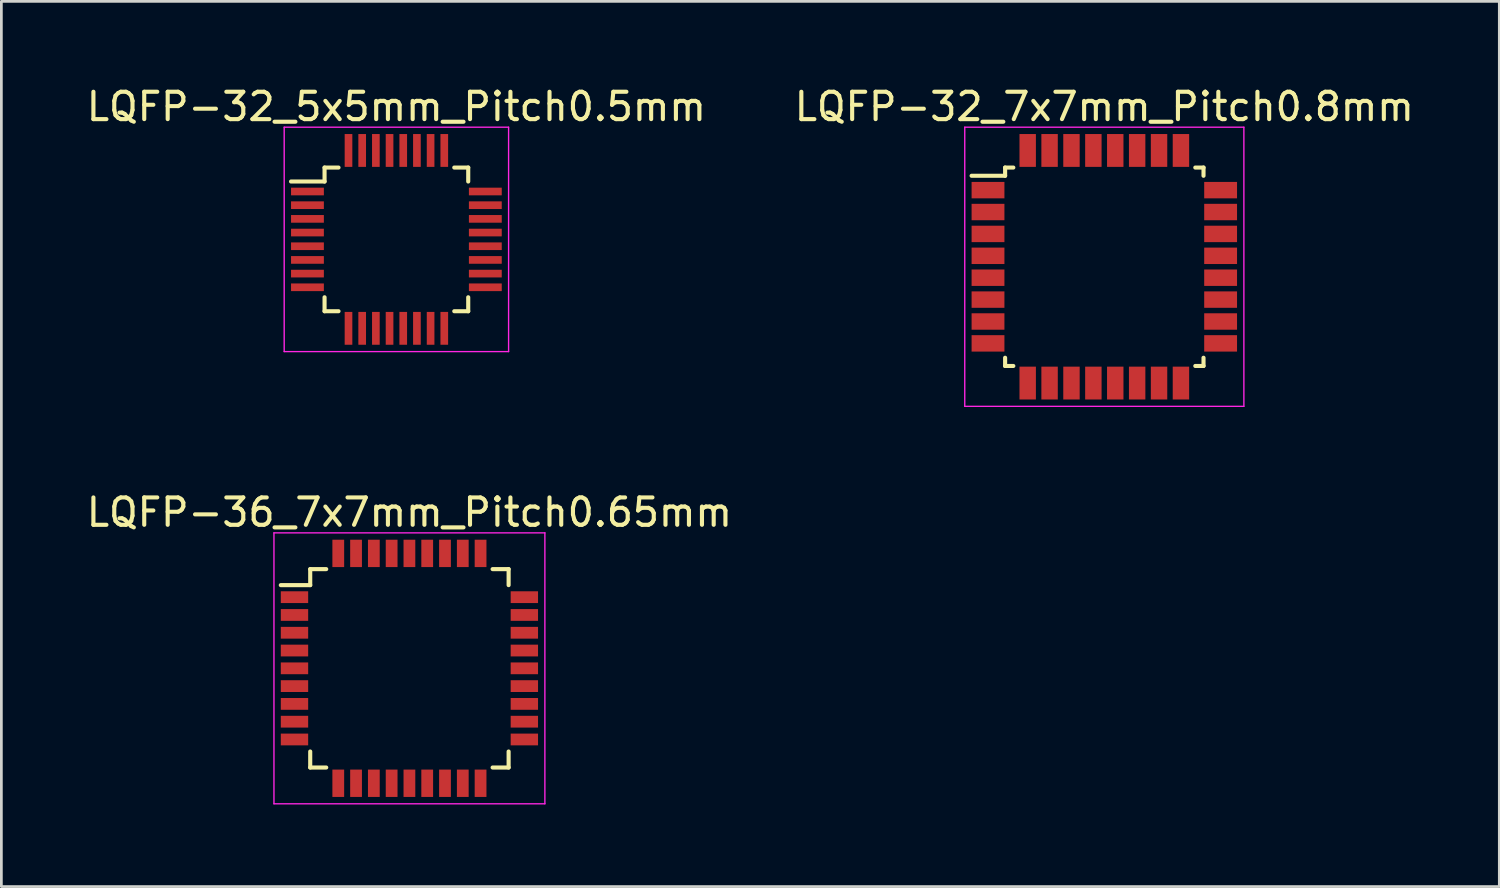
<source format=kicad_pcb>
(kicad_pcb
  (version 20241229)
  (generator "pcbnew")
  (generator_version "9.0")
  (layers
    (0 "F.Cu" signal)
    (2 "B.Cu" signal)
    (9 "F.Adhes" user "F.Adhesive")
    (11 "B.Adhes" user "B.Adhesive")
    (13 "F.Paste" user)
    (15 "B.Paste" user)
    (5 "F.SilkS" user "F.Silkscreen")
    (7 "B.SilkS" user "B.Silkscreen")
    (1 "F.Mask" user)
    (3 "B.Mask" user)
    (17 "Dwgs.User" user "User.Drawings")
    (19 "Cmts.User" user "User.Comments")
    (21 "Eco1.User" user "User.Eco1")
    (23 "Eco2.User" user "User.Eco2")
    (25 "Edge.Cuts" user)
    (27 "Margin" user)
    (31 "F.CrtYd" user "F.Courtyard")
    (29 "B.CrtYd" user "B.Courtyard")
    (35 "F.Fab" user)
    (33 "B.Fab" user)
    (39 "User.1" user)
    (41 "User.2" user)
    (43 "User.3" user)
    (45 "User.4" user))
  (footprint "LQFP-32_7x7mm_Pitch0.8mm"
    (layer "F.Cu")
    (at 37.304 6.698)
    (property "Reference" "LQFP-32_7x7mm_Pitch0.8mm" (at 0 -5.85 0) (layer "F.SilkS") (effects (font (size 1 1) (thickness 0.15))))
    (attr smd)
    (fp_line (start -3.625 -3.625) (end -3.625 -3.325) (stroke (width 0.15) (type solid)) (layer "F.SilkS"))
    (fp_line (start -3.625 -3.625) (end -3.325 -3.625) (stroke (width 0.15) (type solid)) (layer "F.SilkS"))
    (fp_line (start -3.625 -3.325) (end -4.85 -3.325) (stroke (width 0.15) (type solid)) (layer "F.SilkS"))
    (fp_line (start -3.625 3.625) (end -3.625 3.325) (stroke (width 0.15) (type solid)) (layer "F.SilkS"))
    (fp_line (start -3.625 3.625) (end -3.325 3.625) (stroke (width 0.15) (type solid)) (layer "F.SilkS"))
    (fp_line (start 3.625 -3.625) (end 3.325 -3.625) (stroke (width 0.15) (type solid)) (layer "F.SilkS"))
    (fp_line (start 3.625 -3.625) (end 3.625 -3.325) (stroke (width 0.15) (type solid)) (layer "F.SilkS"))
    (fp_line (start 3.625 3.625) (end 3.325 3.625) (stroke (width 0.15) (type solid)) (layer "F.SilkS"))
    (fp_line (start 3.625 3.625) (end 3.625 3.325) (stroke (width 0.15) (type solid)) (layer "F.SilkS"))
    (fp_line (start -5.1 -5.1) (end -5.1 5.1) (stroke (width 0.05) (type solid)) (layer "F.CrtYd"))
    (fp_line (start -5.1 -5.1) (end 5.1 -5.1) (stroke (width 0.05) (type solid)) (layer "F.CrtYd"))
    (fp_line (start -5.1 5.1) (end 5.1 5.1) (stroke (width 0.05) (type solid)) (layer "F.CrtYd"))
    (fp_line (start 5.1 -5.1) (end 5.1 5.1) (stroke (width 0.05) (type solid)) (layer "F.CrtYd"))
    (pad "1" smd rect (at -4.25 -2.8) (size 1.2 0.6) (layers "F.Cu" "F.Mask" "F.Paste"))
    (pad "2" smd rect (at -4.25 -2) (size 1.2 0.6) (layers "F.Cu" "F.Mask" "F.Paste"))
    (pad "3" smd rect (at -4.25 -1.2) (size 1.2 0.6) (layers "F.Cu" "F.Mask" "F.Paste"))
    (pad "4" smd rect (at -4.25 -0.4) (size 1.2 0.6) (layers "F.Cu" "F.Mask" "F.Paste"))
    (pad "5" smd rect (at -4.25 0.4) (size 1.2 0.6) (layers "F.Cu" "F.Mask" "F.Paste"))
    (pad "6" smd rect (at -4.25 1.2) (size 1.2 0.6) (layers "F.Cu" "F.Mask" "F.Paste"))
    (pad "7" smd rect (at -4.25 2) (size 1.2 0.6) (layers "F.Cu" "F.Mask" "F.Paste"))
    (pad "8" smd rect (at -4.25 2.8) (size 1.2 0.6) (layers "F.Cu" "F.Mask" "F.Paste"))
    (pad "9" smd rect (at -2.8 4.25 90) (size 1.2 0.6) (layers "F.Cu" "F.Mask" "F.Paste"))
    (pad "10" smd rect (at -2 4.25 90) (size 1.2 0.6) (layers "F.Cu" "F.Mask" "F.Paste"))
    (pad "11" smd rect (at -1.2 4.25 90) (size 1.2 0.6) (layers "F.Cu" "F.Mask" "F.Paste"))
    (pad "12" smd rect (at -0.4 4.25 90) (size 1.2 0.6) (layers "F.Cu" "F.Mask" "F.Paste"))
    (pad "13" smd rect (at 0.4 4.25 90) (size 1.2 0.6) (layers "F.Cu" "F.Mask" "F.Paste"))
    (pad "14" smd rect (at 1.2 4.25 90) (size 1.2 0.6) (layers "F.Cu" "F.Mask" "F.Paste"))
    (pad "15" smd rect (at 2 4.25 90) (size 1.2 0.6) (layers "F.Cu" "F.Mask" "F.Paste"))
    (pad "16" smd rect (at 2.8 4.25 90) (size 1.2 0.6) (layers "F.Cu" "F.Mask" "F.Paste"))
    (pad "17" smd rect (at 4.25 2.8) (size 1.2 0.6) (layers "F.Cu" "F.Mask" "F.Paste"))
    (pad "18" smd rect (at 4.25 2) (size 1.2 0.6) (layers "F.Cu" "F.Mask" "F.Paste"))
    (pad "19" smd rect (at 4.25 1.2) (size 1.2 0.6) (layers "F.Cu" "F.Mask" "F.Paste"))
    (pad "20" smd rect (at 4.25 0.4) (size 1.2 0.6) (layers "F.Cu" "F.Mask" "F.Paste"))
    (pad "21" smd rect (at 4.25 -0.4) (size 1.2 0.6) (layers "F.Cu" "F.Mask" "F.Paste"))
    (pad "22" smd rect (at 4.25 -1.2) (size 1.2 0.6) (layers "F.Cu" "F.Mask" "F.Paste"))
    (pad "23" smd rect (at 4.25 -2) (size 1.2 0.6) (layers "F.Cu" "F.Mask" "F.Paste"))
    (pad "24" smd rect (at 4.25 -2.8) (size 1.2 0.6) (layers "F.Cu" "F.Mask" "F.Paste"))
    (pad "25" smd rect (at 2.8 -4.25 90) (size 1.2 0.6) (layers "F.Cu" "F.Mask" "F.Paste"))
    (pad "26" smd rect (at 2 -4.25 90) (size 1.2 0.6) (layers "F.Cu" "F.Mask" "F.Paste"))
    (pad "27" smd rect (at 1.2 -4.25 90) (size 1.2 0.6) (layers "F.Cu" "F.Mask" "F.Paste"))
    (pad "28" smd rect (at 0.4 -4.25 90) (size 1.2 0.6) (layers "F.Cu" "F.Mask" "F.Paste"))
    (pad "29" smd rect (at -0.4 -4.25 90) (size 1.2 0.6) (layers "F.Cu" "F.Mask" "F.Paste"))
    (pad "30" smd rect (at -1.2 -4.25 90) (size 1.2 0.6) (layers "F.Cu" "F.Mask" "F.Paste"))
    (pad "31" smd rect (at -2 -4.25 90) (size 1.2 0.6) (layers "F.Cu" "F.Mask" "F.Paste"))
    (pad "32" smd rect (at -2.8 -4.25 90) (size 1.2 0.6) (layers "F.Cu" "F.Mask" "F.Paste")))
  (footprint "LQFP-36_7x7mm_Pitch0.65mm"
    (layer "F.Cu")
    (at 11.911 21.372)
    (property "Reference" "LQFP-36_7x7mm_Pitch0.65mm" (at 0 -5.7 0) (layer "F.SilkS") (effects (font (size 1 1) (thickness 0.15))))
    (attr smd)
    (fp_line (start -3.625 -3.625) (end -3.625 -3.04) (stroke (width 0.15) (type solid)) (layer "F.SilkS"))
    (fp_line (start -3.625 -3.625) (end -3.04 -3.625) (stroke (width 0.15) (type solid)) (layer "F.SilkS"))
    (fp_line (start -3.625 -3.04) (end -4.7 -3.04) (stroke (width 0.15) (type solid)) (layer "F.SilkS"))
    (fp_line (start -3.625 3.625) (end -3.625 3.04) (stroke (width 0.15) (type solid)) (layer "F.SilkS"))
    (fp_line (start -3.625 3.625) (end -3.04 3.625) (stroke (width 0.15) (type solid)) (layer "F.SilkS"))
    (fp_line (start 3.625 -3.625) (end 3.04 -3.625) (stroke (width 0.15) (type solid)) (layer "F.SilkS"))
    (fp_line (start 3.625 -3.625) (end 3.625 -3.04) (stroke (width 0.15) (type solid)) (layer "F.SilkS"))
    (fp_line (start 3.625 3.625) (end 3.04 3.625) (stroke (width 0.15) (type solid)) (layer "F.SilkS"))
    (fp_line (start 3.625 3.625) (end 3.625 3.04) (stroke (width 0.15) (type solid)) (layer "F.SilkS"))
    (fp_line (start -4.95 -4.95) (end -4.95 4.95) (stroke (width 0.05) (type solid)) (layer "F.CrtYd"))
    (fp_line (start -4.95 -4.95) (end 4.95 -4.95) (stroke (width 0.05) (type solid)) (layer "F.CrtYd"))
    (fp_line (start -4.95 4.95) (end 4.95 4.95) (stroke (width 0.05) (type solid)) (layer "F.CrtYd"))
    (fp_line (start 4.95 -4.95) (end 4.95 4.95) (stroke (width 0.05) (type solid)) (layer "F.CrtYd"))
    (pad "1" smd rect (at -4.2 -2.6) (size 1 0.43) (layers "F.Cu" "F.Mask" "F.Paste"))
    (pad "2" smd rect (at -4.2 -1.95) (size 1 0.43) (layers "F.Cu" "F.Mask" "F.Paste"))
    (pad "3" smd rect (at -4.2 -1.3) (size 1 0.43) (layers "F.Cu" "F.Mask" "F.Paste"))
    (pad "4" smd rect (at -4.2 -0.65) (size 1 0.43) (layers "F.Cu" "F.Mask" "F.Paste"))
    (pad "5" smd rect (at -4.2 0) (size 1 0.43) (layers "F.Cu" "F.Mask" "F.Paste"))
    (pad "6" smd rect (at -4.2 0.65) (size 1 0.43) (layers "F.Cu" "F.Mask" "F.Paste"))
    (pad "7" smd rect (at -4.2 1.3) (size 1 0.43) (layers "F.Cu" "F.Mask" "F.Paste"))
    (pad "8" smd rect (at -4.2 1.95) (size 1 0.43) (layers "F.Cu" "F.Mask" "F.Paste"))
    (pad "9" smd rect (at -4.2 2.6) (size 1 0.43) (layers "F.Cu" "F.Mask" "F.Paste"))
    (pad "10" smd rect (at -2.6 4.2 90) (size 1 0.43) (layers "F.Cu" "F.Mask" "F.Paste"))
    (pad "11" smd rect (at -1.95 4.2 90) (size 1 0.43) (layers "F.Cu" "F.Mask" "F.Paste"))
    (pad "12" smd rect (at -1.3 4.2 90) (size 1 0.43) (layers "F.Cu" "F.Mask" "F.Paste"))
    (pad "13" smd rect (at -0.65 4.2 90) (size 1 0.43) (layers "F.Cu" "F.Mask" "F.Paste"))
    (pad "14" smd rect (at 0 4.2 90) (size 1 0.43) (layers "F.Cu" "F.Mask" "F.Paste"))
    (pad "15" smd rect (at 0.65 4.2 90) (size 1 0.43) (layers "F.Cu" "F.Mask" "F.Paste"))
    (pad "16" smd rect (at 1.3 4.2 90) (size 1 0.43) (layers "F.Cu" "F.Mask" "F.Paste"))
    (pad "17" smd rect (at 1.95 4.2 90) (size 1 0.43) (layers "F.Cu" "F.Mask" "F.Paste"))
    (pad "18" smd rect (at 2.6 4.2 90) (size 1 0.43) (layers "F.Cu" "F.Mask" "F.Paste"))
    (pad "19" smd rect (at 4.2 2.6) (size 1 0.43) (layers "F.Cu" "F.Mask" "F.Paste"))
    (pad "20" smd rect (at 4.2 1.95) (size 1 0.43) (layers "F.Cu" "F.Mask" "F.Paste"))
    (pad "21" smd rect (at 4.2 1.3) (size 1 0.43) (layers "F.Cu" "F.Mask" "F.Paste"))
    (pad "22" smd rect (at 4.2 0.65) (size 1 0.43) (layers "F.Cu" "F.Mask" "F.Paste"))
    (pad "23" smd rect (at 4.2 0) (size 1 0.43) (layers "F.Cu" "F.Mask" "F.Paste"))
    (pad "24" smd rect (at 4.2 -0.65) (size 1 0.43) (layers "F.Cu" "F.Mask" "F.Paste"))
    (pad "25" smd rect (at 4.2 -1.3) (size 1 0.43) (layers "F.Cu" "F.Mask" "F.Paste"))
    (pad "26" smd rect (at 4.2 -1.95) (size 1 0.43) (layers "F.Cu" "F.Mask" "F.Paste"))
    (pad "27" smd rect (at 4.2 -2.6) (size 1 0.43) (layers "F.Cu" "F.Mask" "F.Paste"))
    (pad "28" smd rect (at 2.6 -4.2 90) (size 1 0.43) (layers "F.Cu" "F.Mask" "F.Paste"))
    (pad "29" smd rect (at 1.95 -4.2 90) (size 1 0.43) (layers "F.Cu" "F.Mask" "F.Paste"))
    (pad "30" smd rect (at 1.3 -4.2 90) (size 1 0.43) (layers "F.Cu" "F.Mask" "F.Paste"))
    (pad "31" smd rect (at 0.65 -4.2 90) (size 1 0.43) (layers "F.Cu" "F.Mask" "F.Paste"))
    (pad "32" smd rect (at 0 -4.2 90) (size 1 0.43) (layers "F.Cu" "F.Mask" "F.Paste"))
    (pad "33" smd rect (at -0.65 -4.2 90) (size 1 0.43) (layers "F.Cu" "F.Mask" "F.Paste"))
    (pad "34" smd rect (at -1.3 -4.2 90) (size 1 0.43) (layers "F.Cu" "F.Mask" "F.Paste"))
    (pad "35" smd rect (at -1.95 -4.2 90) (size 1 0.43) (layers "F.Cu" "F.Mask" "F.Paste"))
    (pad "36" smd rect (at -2.6 -4.2 90) (size 1 0.43) (layers "F.Cu" "F.Mask" "F.Paste")))
  (footprint "LQFP-32_5x5mm_Pitch0.5mm"
    (layer "F.Cu")
    (at 11.435 5.698)
    (property "Reference" "LQFP-32_5x5mm_Pitch0.5mm" (at 0 -4.85 0) (layer "F.SilkS") (effects (font (size 1 1) (thickness 0.15))))
    (attr smd)
    (fp_line (start -2.625 -2.625) (end -2.625 -2.115) (stroke (width 0.15) (type solid)) (layer "F.SilkS"))
    (fp_line (start -2.625 -2.625) (end -2.115 -2.625) (stroke (width 0.15) (type solid)) (layer "F.SilkS"))
    (fp_line (start -2.625 -2.115) (end -3.85 -2.115) (stroke (width 0.15) (type solid)) (layer "F.SilkS"))
    (fp_line (start -2.625 2.625) (end -2.625 2.115) (stroke (width 0.15) (type solid)) (layer "F.SilkS"))
    (fp_line (start -2.625 2.625) (end -2.115 2.625) (stroke (width 0.15) (type solid)) (layer "F.SilkS"))
    (fp_line (start 2.625 -2.625) (end 2.115 -2.625) (stroke (width 0.15) (type solid)) (layer "F.SilkS"))
    (fp_line (start 2.625 -2.625) (end 2.625 -2.115) (stroke (width 0.15) (type solid)) (layer "F.SilkS"))
    (fp_line (start 2.625 2.625) (end 2.115 2.625) (stroke (width 0.15) (type solid)) (layer "F.SilkS"))
    (fp_line (start 2.625 2.625) (end 2.625 2.115) (stroke (width 0.15) (type solid)) (layer "F.SilkS"))
    (fp_line (start -4.1 -4.1) (end -4.1 4.1) (stroke (width 0.05) (type solid)) (layer "F.CrtYd"))
    (fp_line (start -4.1 -4.1) (end 4.1 -4.1) (stroke (width 0.05) (type solid)) (layer "F.CrtYd"))
    (fp_line (start -4.1 4.1) (end 4.1 4.1) (stroke (width 0.05) (type solid)) (layer "F.CrtYd"))
    (fp_line (start 4.1 -4.1) (end 4.1 4.1) (stroke (width 0.05) (type solid)) (layer "F.CrtYd"))
    (pad "1" smd rect (at -3.25 -1.75) (size 1.2 0.28) (layers "F.Cu" "F.Mask" "F.Paste"))
    (pad "2" smd rect (at -3.25 -1.25) (size 1.2 0.28) (layers "F.Cu" "F.Mask" "F.Paste"))
    (pad "3" smd rect (at -3.25 -0.75) (size 1.2 0.28) (layers "F.Cu" "F.Mask" "F.Paste"))
    (pad "4" smd rect (at -3.25 -0.25) (size 1.2 0.28) (layers "F.Cu" "F.Mask" "F.Paste"))
    (pad "5" smd rect (at -3.25 0.25) (size 1.2 0.28) (layers "F.Cu" "F.Mask" "F.Paste"))
    (pad "6" smd rect (at -3.25 0.75) (size 1.2 0.28) (layers "F.Cu" "F.Mask" "F.Paste"))
    (pad "7" smd rect (at -3.25 1.25) (size 1.2 0.28) (layers "F.Cu" "F.Mask" "F.Paste"))
    (pad "8" smd rect (at -3.25 1.75) (size 1.2 0.28) (layers "F.Cu" "F.Mask" "F.Paste"))
    (pad "9" smd rect (at -1.75 3.25 90) (size 1.2 0.28) (layers "F.Cu" "F.Mask" "F.Paste"))
    (pad "10" smd rect (at -1.25 3.25 90) (size 1.2 0.28) (layers "F.Cu" "F.Mask" "F.Paste"))
    (pad "11" smd rect (at -0.75 3.25 90) (size 1.2 0.28) (layers "F.Cu" "F.Mask" "F.Paste"))
    (pad "12" smd rect (at -0.25 3.25 90) (size 1.2 0.28) (layers "F.Cu" "F.Mask" "F.Paste"))
    (pad "13" smd rect (at 0.25 3.25 90) (size 1.2 0.28) (layers "F.Cu" "F.Mask" "F.Paste"))
    (pad "14" smd rect (at 0.75 3.25 90) (size 1.2 0.28) (layers "F.Cu" "F.Mask" "F.Paste"))
    (pad "15" smd rect (at 1.25 3.25 90) (size 1.2 0.28) (layers "F.Cu" "F.Mask" "F.Paste"))
    (pad "16" smd rect (at 1.75 3.25 90) (size 1.2 0.28) (layers "F.Cu" "F.Mask" "F.Paste"))
    (pad "17" smd rect (at 3.25 1.75) (size 1.2 0.28) (layers "F.Cu" "F.Mask" "F.Paste"))
    (pad "18" smd rect (at 3.25 1.25) (size 1.2 0.28) (layers "F.Cu" "F.Mask" "F.Paste"))
    (pad "19" smd rect (at 3.25 0.75) (size 1.2 0.28) (layers "F.Cu" "F.Mask" "F.Paste"))
    (pad "20" smd rect (at 3.25 0.25) (size 1.2 0.28) (layers "F.Cu" "F.Mask" "F.Paste"))
    (pad "21" smd rect (at 3.25 -0.25) (size 1.2 0.28) (layers "F.Cu" "F.Mask" "F.Paste"))
    (pad "22" smd rect (at 3.25 -0.75) (size 1.2 0.28) (layers "F.Cu" "F.Mask" "F.Paste"))
    (pad "23" smd rect (at 3.25 -1.25) (size 1.2 0.28) (layers "F.Cu" "F.Mask" "F.Paste"))
    (pad "24" smd rect (at 3.25 -1.75) (size 1.2 0.28) (layers "F.Cu" "F.Mask" "F.Paste"))
    (pad "25" smd rect (at 1.75 -3.25 90) (size 1.2 0.28) (layers "F.Cu" "F.Mask" "F.Paste"))
    (pad "26" smd rect (at 1.25 -3.25 90) (size 1.2 0.28) (layers "F.Cu" "F.Mask" "F.Paste"))
    (pad "27" smd rect (at 0.75 -3.25 90) (size 1.2 0.28) (layers "F.Cu" "F.Mask" "F.Paste"))
    (pad "28" smd rect (at 0.25 -3.25 90) (size 1.2 0.28) (layers "F.Cu" "F.Mask" "F.Paste"))
    (pad "29" smd rect (at -0.25 -3.25 90) (size 1.2 0.28) (layers "F.Cu" "F.Mask" "F.Paste"))
    (pad "30" smd rect (at -0.75 -3.25 90) (size 1.2 0.28) (layers "F.Cu" "F.Mask" "F.Paste"))
    (pad "31" smd rect (at -1.25 -3.25 90) (size 1.2 0.28) (layers "F.Cu" "F.Mask" "F.Paste"))
    (pad "32" smd rect (at -1.75 -3.25 90) (size 1.2 0.28) (layers "F.Cu" "F.Mask" "F.Paste")))
  (gr_rect
    (start -3 -3)
    (end 51.738 29.346)
    (stroke (width 0.1) (type default))
    (fill no)
    (layer "Edge.Cuts")))
</source>
